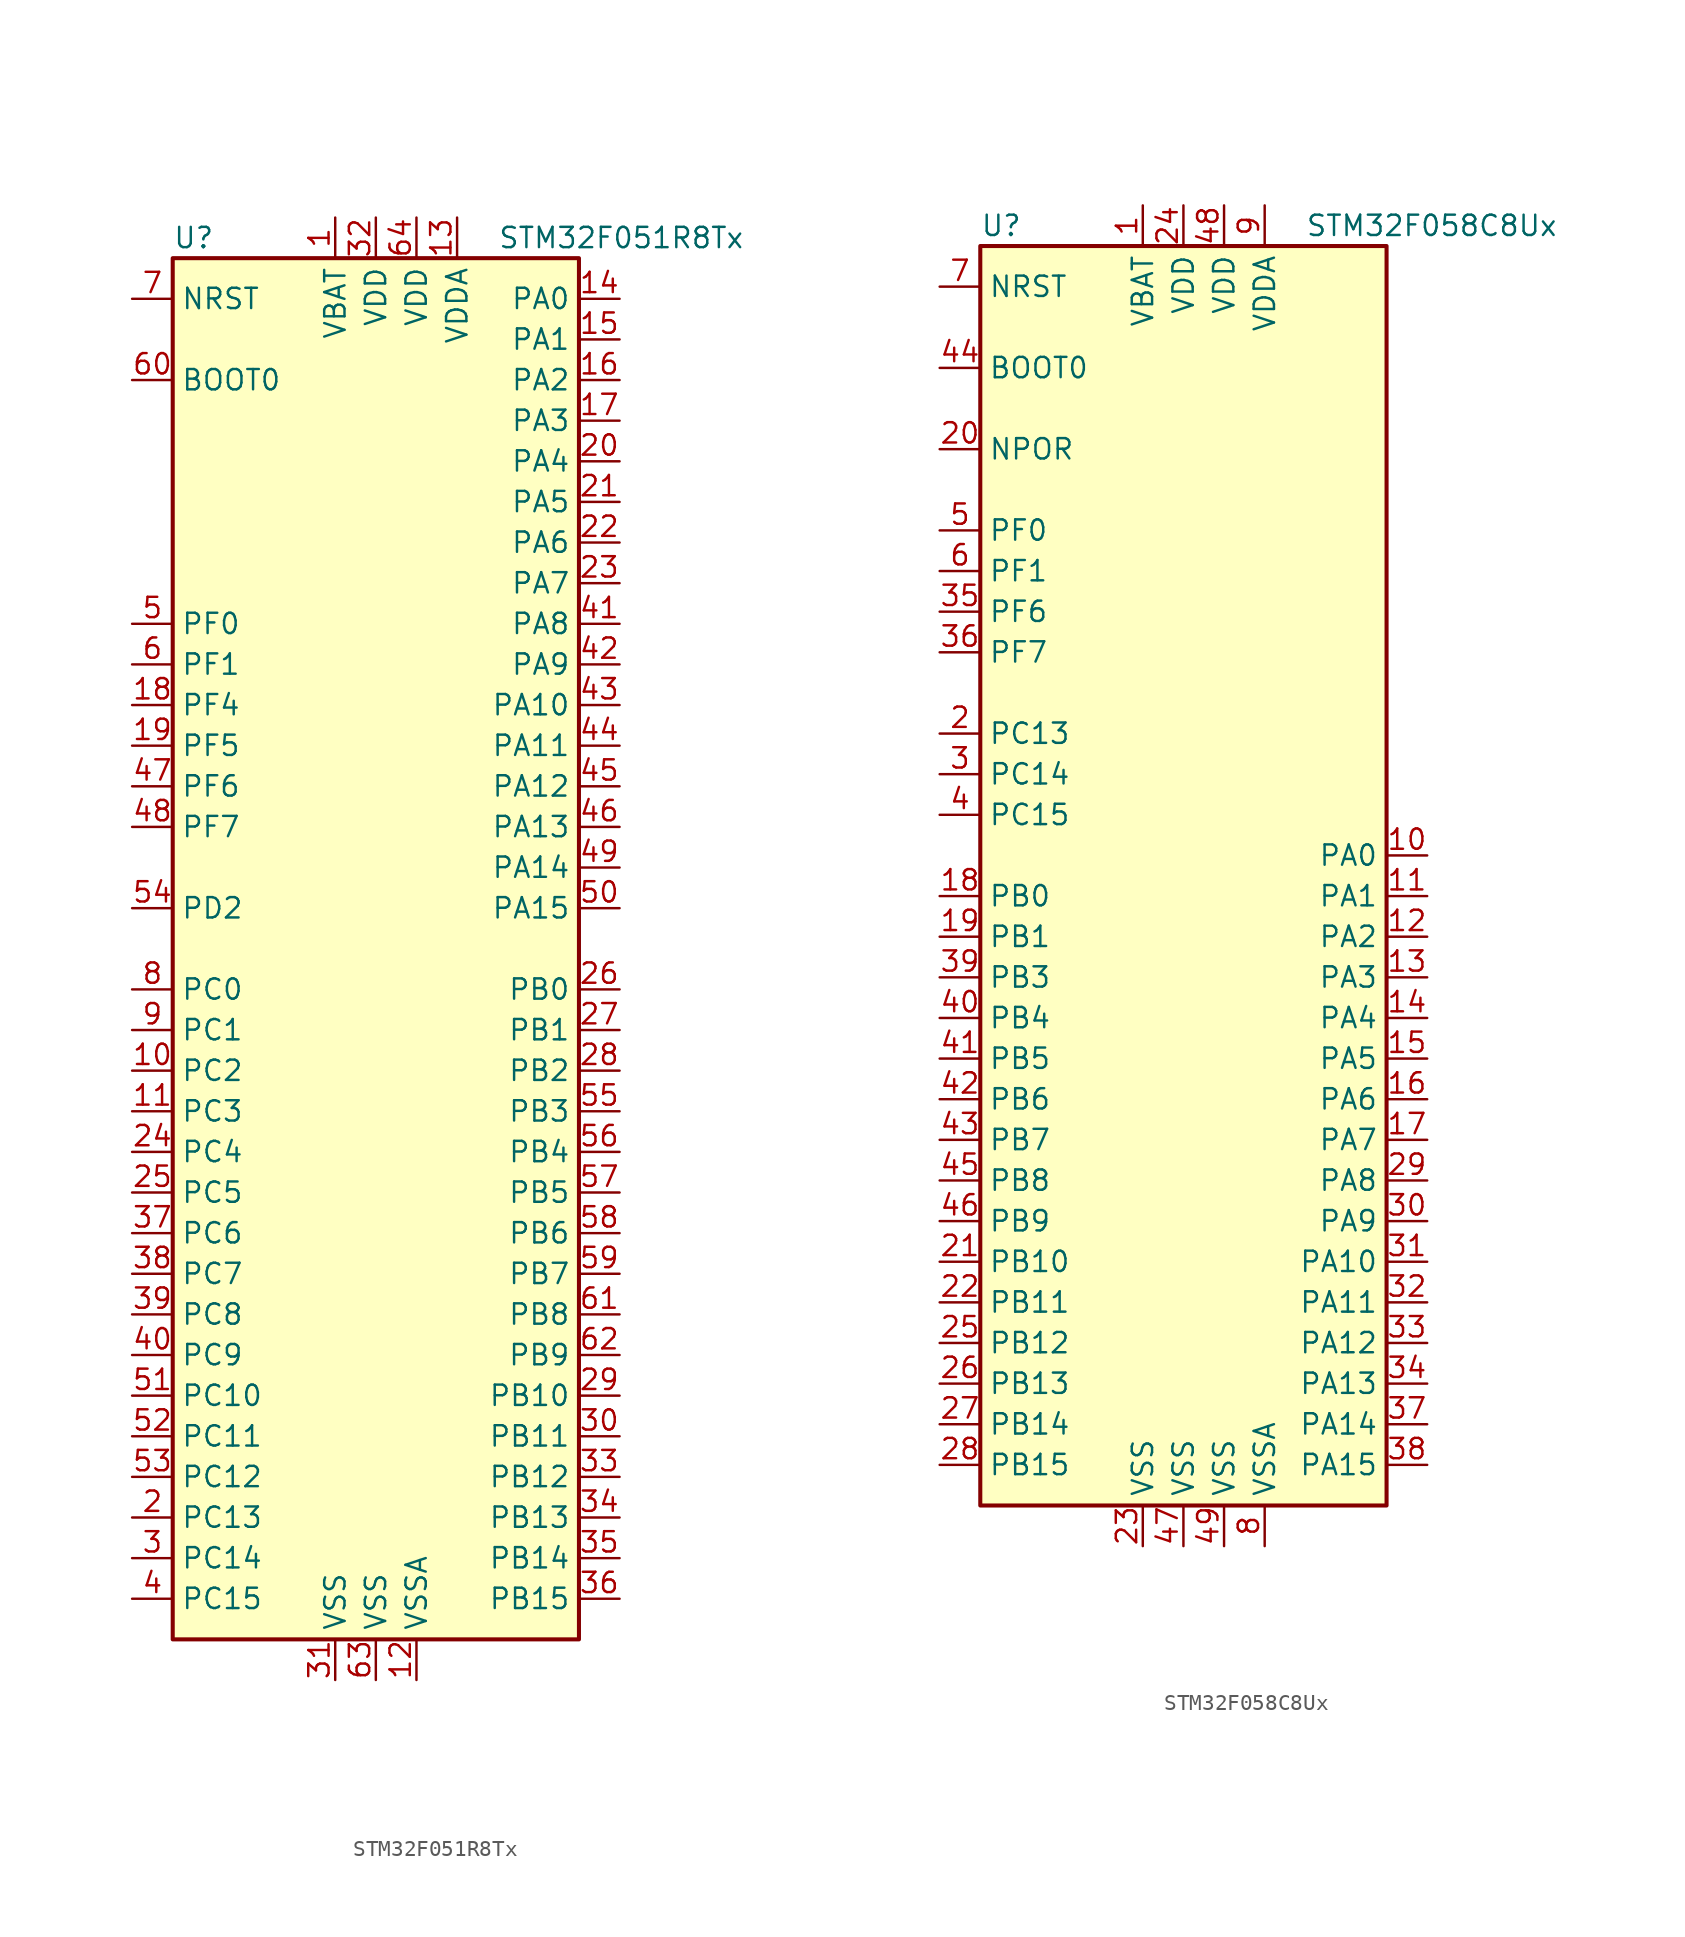
<source format=kicad_sym>
(kicad_symbol_lib
  (version 20201005)
  (generator kicad_symbol_editor)
  (symbol "MCU_ST_STM32F0:STM32F051R8Tx"
    (property "Reference" "U"
      (at -12.7 44.45 0)
      (effects (font (size 1.27 1.27)) (justify left)))
    (property "Value" "STM32F051R8Tx"
      (at 7.62 44.45 0)
      (effects (font (size 1.27 1.27)) (justify left)))
    (symbol "STM32F051R8Tx_0_1"
      (rectangle (start -12.7 -43.18) (end 12.7 43.18) (stroke (width 0.254)) (fill (type background))))
    (symbol "STM32F051R8Tx_1_1"
      (pin power_in line (at -2.54 45.72 270) (length 2.54) (name "VBAT" (effects (font (size 1.27 1.27)))) (number "1" (effects (font (size 1.27 1.27)))))
      (pin bidirectional line (at -15.24 -7.62 0) (length 2.54) (name "PC2" (effects (font (size 1.27 1.27)))) (number "10" (effects (font (size 1.27 1.27)))))
      (pin bidirectional line (at -15.24 -10.16 0) (length 2.54) (name "PC3" (effects (font (size 1.27 1.27)))) (number "11" (effects (font (size 1.27 1.27)))))
      (pin power_in line (at 2.54 -45.72 90) (length 2.54) (name "VSSA" (effects (font (size 1.27 1.27)))) (number "12" (effects (font (size 1.27 1.27)))))
      (pin power_in line (at 5.08 45.72 270) (length 2.54) (name "VDDA" (effects (font (size 1.27 1.27)))) (number "13" (effects (font (size 1.27 1.27)))))
      (pin bidirectional line (at 15.24 40.64 180) (length 2.54) (name "PA0" (effects (font (size 1.27 1.27)))) (number "14" (effects (font (size 1.27 1.27)))))
      (pin bidirectional line (at 15.24 38.1 180) (length 2.54) (name "PA1" (effects (font (size 1.27 1.27)))) (number "15" (effects (font (size 1.27 1.27)))))
      (pin bidirectional line (at 15.24 35.56 180) (length 2.54) (name "PA2" (effects (font (size 1.27 1.27)))) (number "16" (effects (font (size 1.27 1.27)))))
      (pin bidirectional line (at 15.24 33.02 180) (length 2.54) (name "PA3" (effects (font (size 1.27 1.27)))) (number "17" (effects (font (size 1.27 1.27)))))
      (pin bidirectional line (at -15.24 15.24 0) (length 2.54) (name "PF4" (effects (font (size 1.27 1.27)))) (number "18" (effects (font (size 1.27 1.27)))))
      (pin bidirectional line (at -15.24 12.7 0) (length 2.54) (name "PF5" (effects (font (size 1.27 1.27)))) (number "19" (effects (font (size 1.27 1.27)))))
      (pin bidirectional line (at -15.24 -35.56 0) (length 2.54) (name "PC13" (effects (font (size 1.27 1.27)))) (number "2" (effects (font (size 1.27 1.27)))))
      (pin bidirectional line (at 15.24 30.48 180) (length 2.54) (name "PA4" (effects (font (size 1.27 1.27)))) (number "20" (effects (font (size 1.27 1.27)))))
      (pin bidirectional line (at 15.24 27.94 180) (length 2.54) (name "PA5" (effects (font (size 1.27 1.27)))) (number "21" (effects (font (size 1.27 1.27)))))
      (pin bidirectional line (at 15.24 25.4 180) (length 2.54) (name "PA6" (effects (font (size 1.27 1.27)))) (number "22" (effects (font (size 1.27 1.27)))))
      (pin bidirectional line (at 15.24 22.86 180) (length 2.54) (name "PA7" (effects (font (size 1.27 1.27)))) (number "23" (effects (font (size 1.27 1.27)))))
      (pin bidirectional line (at -15.24 -12.7 0) (length 2.54) (name "PC4" (effects (font (size 1.27 1.27)))) (number "24" (effects (font (size 1.27 1.27)))))
      (pin bidirectional line (at -15.24 -15.24 0) (length 2.54) (name "PC5" (effects (font (size 1.27 1.27)))) (number "25" (effects (font (size 1.27 1.27)))))
      (pin bidirectional line (at 15.24 -2.54 180) (length 2.54) (name "PB0" (effects (font (size 1.27 1.27)))) (number "26" (effects (font (size 1.27 1.27)))))
      (pin bidirectional line (at 15.24 -5.08 180) (length 2.54) (name "PB1" (effects (font (size 1.27 1.27)))) (number "27" (effects (font (size 1.27 1.27)))))
      (pin bidirectional line (at 15.24 -7.62 180) (length 2.54) (name "PB2" (effects (font (size 1.27 1.27)))) (number "28" (effects (font (size 1.27 1.27)))))
      (pin bidirectional line (at 15.24 -27.94 180) (length 2.54) (name "PB10" (effects (font (size 1.27 1.27)))) (number "29" (effects (font (size 1.27 1.27)))))
      (pin bidirectional line (at -15.24 -38.1 0) (length 2.54) (name "PC14" (effects (font (size 1.27 1.27)))) (number "3" (effects (font (size 1.27 1.27)))))
      (pin bidirectional line (at 15.24 -30.48 180) (length 2.54) (name "PB11" (effects (font (size 1.27 1.27)))) (number "30" (effects (font (size 1.27 1.27)))))
      (pin power_in line (at -2.54 -45.72 90) (length 2.54) (name "VSS" (effects (font (size 1.27 1.27)))) (number "31" (effects (font (size 1.27 1.27)))))
      (pin power_in line (at 0 45.72 270) (length 2.54) (name "VDD" (effects (font (size 1.27 1.27)))) (number "32" (effects (font (size 1.27 1.27)))))
      (pin bidirectional line (at 15.24 -33.02 180) (length 2.54) (name "PB12" (effects (font (size 1.27 1.27)))) (number "33" (effects (font (size 1.27 1.27)))))
      (pin bidirectional line (at 15.24 -35.56 180) (length 2.54) (name "PB13" (effects (font (size 1.27 1.27)))) (number "34" (effects (font (size 1.27 1.27)))))
      (pin bidirectional line (at 15.24 -38.1 180) (length 2.54) (name "PB14" (effects (font (size 1.27 1.27)))) (number "35" (effects (font (size 1.27 1.27)))))
      (pin bidirectional line (at 15.24 -40.64 180) (length 2.54) (name "PB15" (effects (font (size 1.27 1.27)))) (number "36" (effects (font (size 1.27 1.27)))))
      (pin bidirectional line (at -15.24 -17.78 0) (length 2.54) (name "PC6" (effects (font (size 1.27 1.27)))) (number "37" (effects (font (size 1.27 1.27)))))
      (pin bidirectional line (at -15.24 -20.32 0) (length 2.54) (name "PC7" (effects (font (size 1.27 1.27)))) (number "38" (effects (font (size 1.27 1.27)))))
      (pin bidirectional line (at -15.24 -22.86 0) (length 2.54) (name "PC8" (effects (font (size 1.27 1.27)))) (number "39" (effects (font (size 1.27 1.27)))))
      (pin bidirectional line (at -15.24 -40.64 0) (length 2.54) (name "PC15" (effects (font (size 1.27 1.27)))) (number "4" (effects (font (size 1.27 1.27)))))
      (pin bidirectional line (at -15.24 -25.4 0) (length 2.54) (name "PC9" (effects (font (size 1.27 1.27)))) (number "40" (effects (font (size 1.27 1.27)))))
      (pin bidirectional line (at 15.24 20.32 180) (length 2.54) (name "PA8" (effects (font (size 1.27 1.27)))) (number "41" (effects (font (size 1.27 1.27)))))
      (pin bidirectional line (at 15.24 17.78 180) (length 2.54) (name "PA9" (effects (font (size 1.27 1.27)))) (number "42" (effects (font (size 1.27 1.27)))))
      (pin bidirectional line (at 15.24 15.24 180) (length 2.54) (name "PA10" (effects (font (size 1.27 1.27)))) (number "43" (effects (font (size 1.27 1.27)))))
      (pin bidirectional line (at 15.24 12.7 180) (length 2.54) (name "PA11" (effects (font (size 1.27 1.27)))) (number "44" (effects (font (size 1.27 1.27)))))
      (pin bidirectional line (at 15.24 10.16 180) (length 2.54) (name "PA12" (effects (font (size 1.27 1.27)))) (number "45" (effects (font (size 1.27 1.27)))))
      (pin bidirectional line (at 15.24 7.62 180) (length 2.54) (name "PA13" (effects (font (size 1.27 1.27)))) (number "46" (effects (font (size 1.27 1.27)))))
      (pin bidirectional line (at -15.24 10.16 0) (length 2.54) (name "PF6" (effects (font (size 1.27 1.27)))) (number "47" (effects (font (size 1.27 1.27)))))
      (pin bidirectional line (at -15.24 7.62 0) (length 2.54) (name "PF7" (effects (font (size 1.27 1.27)))) (number "48" (effects (font (size 1.27 1.27)))))
      (pin bidirectional line (at 15.24 5.08 180) (length 2.54) (name "PA14" (effects (font (size 1.27 1.27)))) (number "49" (effects (font (size 1.27 1.27)))))
      (pin input line (at -15.24 20.32 0) (length 2.54) (name "PF0" (effects (font (size 1.27 1.27)))) (number "5" (effects (font (size 1.27 1.27)))))
      (pin bidirectional line (at 15.24 2.54 180) (length 2.54) (name "PA15" (effects (font (size 1.27 1.27)))) (number "50" (effects (font (size 1.27 1.27)))))
      (pin bidirectional line (at -15.24 -27.94 0) (length 2.54) (name "PC10" (effects (font (size 1.27 1.27)))) (number "51" (effects (font (size 1.27 1.27)))))
      (pin bidirectional line (at -15.24 -30.48 0) (length 2.54) (name "PC11" (effects (font (size 1.27 1.27)))) (number "52" (effects (font (size 1.27 1.27)))))
      (pin bidirectional line (at -15.24 -33.02 0) (length 2.54) (name "PC12" (effects (font (size 1.27 1.27)))) (number "53" (effects (font (size 1.27 1.27)))))
      (pin bidirectional line (at -15.24 2.54 0) (length 2.54) (name "PD2" (effects (font (size 1.27 1.27)))) (number "54" (effects (font (size 1.27 1.27)))))
      (pin bidirectional line (at 15.24 -10.16 180) (length 2.54) (name "PB3" (effects (font (size 1.27 1.27)))) (number "55" (effects (font (size 1.27 1.27)))))
      (pin bidirectional line (at 15.24 -12.7 180) (length 2.54) (name "PB4" (effects (font (size 1.27 1.27)))) (number "56" (effects (font (size 1.27 1.27)))))
      (pin bidirectional line (at 15.24 -15.24 180) (length 2.54) (name "PB5" (effects (font (size 1.27 1.27)))) (number "57" (effects (font (size 1.27 1.27)))))
      (pin bidirectional line (at 15.24 -17.78 180) (length 2.54) (name "PB6" (effects (font (size 1.27 1.27)))) (number "58" (effects (font (size 1.27 1.27)))))
      (pin bidirectional line (at 15.24 -20.32 180) (length 2.54) (name "PB7" (effects (font (size 1.27 1.27)))) (number "59" (effects (font (size 1.27 1.27)))))
      (pin input line (at -15.24 17.78 0) (length 2.54) (name "PF1" (effects (font (size 1.27 1.27)))) (number "6" (effects (font (size 1.27 1.27)))))
      (pin input line (at -15.24 35.56 0) (length 2.54) (name "BOOT0" (effects (font (size 1.27 1.27)))) (number "60" (effects (font (size 1.27 1.27)))))
      (pin bidirectional line (at 15.24 -22.86 180) (length 2.54) (name "PB8" (effects (font (size 1.27 1.27)))) (number "61" (effects (font (size 1.27 1.27)))))
      (pin bidirectional line (at 15.24 -25.4 180) (length 2.54) (name "PB9" (effects (font (size 1.27 1.27)))) (number "62" (effects (font (size 1.27 1.27)))))
      (pin power_in line (at 0 -45.72 90) (length 2.54) (name "VSS" (effects (font (size 1.27 1.27)))) (number "63" (effects (font (size 1.27 1.27)))))
      (pin power_in line (at 2.54 45.72 270) (length 2.54) (name "VDD" (effects (font (size 1.27 1.27)))) (number "64" (effects (font (size 1.27 1.27)))))
      (pin input line (at -15.24 40.64 0) (length 2.54) (name "NRST" (effects (font (size 1.27 1.27)))) (number "7" (effects (font (size 1.27 1.27)))))
      (pin bidirectional line (at -15.24 -2.54 0) (length 2.54) (name "PC0" (effects (font (size 1.27 1.27)))) (number "8" (effects (font (size 1.27 1.27)))))
      (pin bidirectional line (at -15.24 -5.08 0) (length 2.54) (name "PC1" (effects (font (size 1.27 1.27)))) (number "9" (effects (font (size 1.27 1.27)))))))
  (symbol "MCU_ST_STM32F0:STM32F058C8Ux"
    (property "Reference" "U"
      (at -12.7 39.37 0)
      (effects (font (size 1.27 1.27)) (justify left)))
    (property "Value" "STM32F058C8Ux"
      (at 7.62 39.37 0)
      (effects (font (size 1.27 1.27)) (justify left)))
    (symbol "STM32F058C8Ux_0_1"
      (rectangle (start -12.7 -40.64) (end 12.7 38.1) (stroke (width 0.254)) (fill (type background))))
    (symbol "STM32F058C8Ux_1_1"
      (pin power_in line (at -2.54 40.64 270) (length 2.54) (name "VBAT" (effects (font (size 1.27 1.27)))) (number "1" (effects (font (size 1.27 1.27)))))
      (pin bidirectional line (at 15.24 0 180) (length 2.54) (name "PA0" (effects (font (size 1.27 1.27)))) (number "10" (effects (font (size 1.27 1.27)))))
      (pin bidirectional line (at 15.24 -2.54 180) (length 2.54) (name "PA1" (effects (font (size 1.27 1.27)))) (number "11" (effects (font (size 1.27 1.27)))))
      (pin bidirectional line (at 15.24 -5.08 180) (length 2.54) (name "PA2" (effects (font (size 1.27 1.27)))) (number "12" (effects (font (size 1.27 1.27)))))
      (pin bidirectional line (at 15.24 -7.62 180) (length 2.54) (name "PA3" (effects (font (size 1.27 1.27)))) (number "13" (effects (font (size 1.27 1.27)))))
      (pin bidirectional line (at 15.24 -10.16 180) (length 2.54) (name "PA4" (effects (font (size 1.27 1.27)))) (number "14" (effects (font (size 1.27 1.27)))))
      (pin bidirectional line (at 15.24 -12.7 180) (length 2.54) (name "PA5" (effects (font (size 1.27 1.27)))) (number "15" (effects (font (size 1.27 1.27)))))
      (pin bidirectional line (at 15.24 -15.24 180) (length 2.54) (name "PA6" (effects (font (size 1.27 1.27)))) (number "16" (effects (font (size 1.27 1.27)))))
      (pin bidirectional line (at 15.24 -17.78 180) (length 2.54) (name "PA7" (effects (font (size 1.27 1.27)))) (number "17" (effects (font (size 1.27 1.27)))))
      (pin bidirectional line (at -15.24 -2.54 0) (length 2.54) (name "PB0" (effects (font (size 1.27 1.27)))) (number "18" (effects (font (size 1.27 1.27)))))
      (pin bidirectional line (at -15.24 -5.08 0) (length 2.54) (name "PB1" (effects (font (size 1.27 1.27)))) (number "19" (effects (font (size 1.27 1.27)))))
      (pin bidirectional line (at -15.24 7.62 0) (length 2.54) (name "PC13" (effects (font (size 1.27 1.27)))) (number "2" (effects (font (size 1.27 1.27)))))
      (pin power_in line (at -15.24 25.4 0) (length 2.54) (name "NPOR" (effects (font (size 1.27 1.27)))) (number "20" (effects (font (size 1.27 1.27)))))
      (pin bidirectional line (at -15.24 -25.4 0) (length 2.54) (name "PB10" (effects (font (size 1.27 1.27)))) (number "21" (effects (font (size 1.27 1.27)))))
      (pin bidirectional line (at -15.24 -27.94 0) (length 2.54) (name "PB11" (effects (font (size 1.27 1.27)))) (number "22" (effects (font (size 1.27 1.27)))))
      (pin power_in line (at -2.54 -43.18 90) (length 2.54) (name "VSS" (effects (font (size 1.27 1.27)))) (number "23" (effects (font (size 1.27 1.27)))))
      (pin power_in line (at 0 40.64 270) (length 2.54) (name "VDD" (effects (font (size 1.27 1.27)))) (number "24" (effects (font (size 1.27 1.27)))))
      (pin bidirectional line (at -15.24 -30.48 0) (length 2.54) (name "PB12" (effects (font (size 1.27 1.27)))) (number "25" (effects (font (size 1.27 1.27)))))
      (pin bidirectional line (at -15.24 -33.02 0) (length 2.54) (name "PB13" (effects (font (size 1.27 1.27)))) (number "26" (effects (font (size 1.27 1.27)))))
      (pin bidirectional line (at -15.24 -35.56 0) (length 2.54) (name "PB14" (effects (font (size 1.27 1.27)))) (number "27" (effects (font (size 1.27 1.27)))))
      (pin bidirectional line (at -15.24 -38.1 0) (length 2.54) (name "PB15" (effects (font (size 1.27 1.27)))) (number "28" (effects (font (size 1.27 1.27)))))
      (pin bidirectional line (at 15.24 -20.32 180) (length 2.54) (name "PA8" (effects (font (size 1.27 1.27)))) (number "29" (effects (font (size 1.27 1.27)))))
      (pin bidirectional line (at -15.24 5.08 0) (length 2.54) (name "PC14" (effects (font (size 1.27 1.27)))) (number "3" (effects (font (size 1.27 1.27)))))
      (pin bidirectional line (at 15.24 -22.86 180) (length 2.54) (name "PA9" (effects (font (size 1.27 1.27)))) (number "30" (effects (font (size 1.27 1.27)))))
      (pin bidirectional line (at 15.24 -25.4 180) (length 2.54) (name "PA10" (effects (font (size 1.27 1.27)))) (number "31" (effects (font (size 1.27 1.27)))))
      (pin bidirectional line (at 15.24 -27.94 180) (length 2.54) (name "PA11" (effects (font (size 1.27 1.27)))) (number "32" (effects (font (size 1.27 1.27)))))
      (pin bidirectional line (at 15.24 -30.48 180) (length 2.54) (name "PA12" (effects (font (size 1.27 1.27)))) (number "33" (effects (font (size 1.27 1.27)))))
      (pin bidirectional line (at 15.24 -33.02 180) (length 2.54) (name "PA13" (effects (font (size 1.27 1.27)))) (number "34" (effects (font (size 1.27 1.27)))))
      (pin bidirectional line (at -15.24 15.24 0) (length 2.54) (name "PF6" (effects (font (size 1.27 1.27)))) (number "35" (effects (font (size 1.27 1.27)))))
      (pin bidirectional line (at -15.24 12.7 0) (length 2.54) (name "PF7" (effects (font (size 1.27 1.27)))) (number "36" (effects (font (size 1.27 1.27)))))
      (pin bidirectional line (at 15.24 -35.56 180) (length 2.54) (name "PA14" (effects (font (size 1.27 1.27)))) (number "37" (effects (font (size 1.27 1.27)))))
      (pin bidirectional line (at 15.24 -38.1 180) (length 2.54) (name "PA15" (effects (font (size 1.27 1.27)))) (number "38" (effects (font (size 1.27 1.27)))))
      (pin bidirectional line (at -15.24 -7.62 0) (length 2.54) (name "PB3" (effects (font (size 1.27 1.27)))) (number "39" (effects (font (size 1.27 1.27)))))
      (pin bidirectional line (at -15.24 2.54 0) (length 2.54) (name "PC15" (effects (font (size 1.27 1.27)))) (number "4" (effects (font (size 1.27 1.27)))))
      (pin bidirectional line (at -15.24 -10.16 0) (length 2.54) (name "PB4" (effects (font (size 1.27 1.27)))) (number "40" (effects (font (size 1.27 1.27)))))
      (pin bidirectional line (at -15.24 -12.7 0) (length 2.54) (name "PB5" (effects (font (size 1.27 1.27)))) (number "41" (effects (font (size 1.27 1.27)))))
      (pin bidirectional line (at -15.24 -15.24 0) (length 2.54) (name "PB6" (effects (font (size 1.27 1.27)))) (number "42" (effects (font (size 1.27 1.27)))))
      (pin bidirectional line (at -15.24 -17.78 0) (length 2.54) (name "PB7" (effects (font (size 1.27 1.27)))) (number "43" (effects (font (size 1.27 1.27)))))
      (pin input line (at -15.24 30.48 0) (length 2.54) (name "BOOT0" (effects (font (size 1.27 1.27)))) (number "44" (effects (font (size 1.27 1.27)))))
      (pin bidirectional line (at -15.24 -20.32 0) (length 2.54) (name "PB8" (effects (font (size 1.27 1.27)))) (number "45" (effects (font (size 1.27 1.27)))))
      (pin bidirectional line (at -15.24 -22.86 0) (length 2.54) (name "PB9" (effects (font (size 1.27 1.27)))) (number "46" (effects (font (size 1.27 1.27)))))
      (pin power_in line (at 0 -43.18 90) (length 2.54) (name "VSS" (effects (font (size 1.27 1.27)))) (number "47" (effects (font (size 1.27 1.27)))))
      (pin power_in line (at 2.54 40.64 270) (length 2.54) (name "VDD" (effects (font (size 1.27 1.27)))) (number "48" (effects (font (size 1.27 1.27)))))
      (pin power_in line (at 2.54 -43.18 90) (length 2.54) (name "VSS" (effects (font (size 1.27 1.27)))) (number "49" (effects (font (size 1.27 1.27)))))
      (pin input line (at -15.24 20.32 0) (length 2.54) (name "PF0" (effects (font (size 1.27 1.27)))) (number "5" (effects (font (size 1.27 1.27)))))
      (pin input line (at -15.24 17.78 0) (length 2.54) (name "PF1" (effects (font (size 1.27 1.27)))) (number "6" (effects (font (size 1.27 1.27)))))
      (pin input line (at -15.24 35.56 0) (length 2.54) (name "NRST" (effects (font (size 1.27 1.27)))) (number "7" (effects (font (size 1.27 1.27)))))
      (pin power_in line (at 5.08 -43.18 90) (length 2.54) (name "VSSA" (effects (font (size 1.27 1.27)))) (number "8" (effects (font (size 1.27 1.27)))))
      (pin power_in line (at 5.08 40.64 270) (length 2.54) (name "VDDA" (effects (font (size 1.27 1.27)))) (number "9" (effects (font (size 1.27 1.27))))))))
</source>
